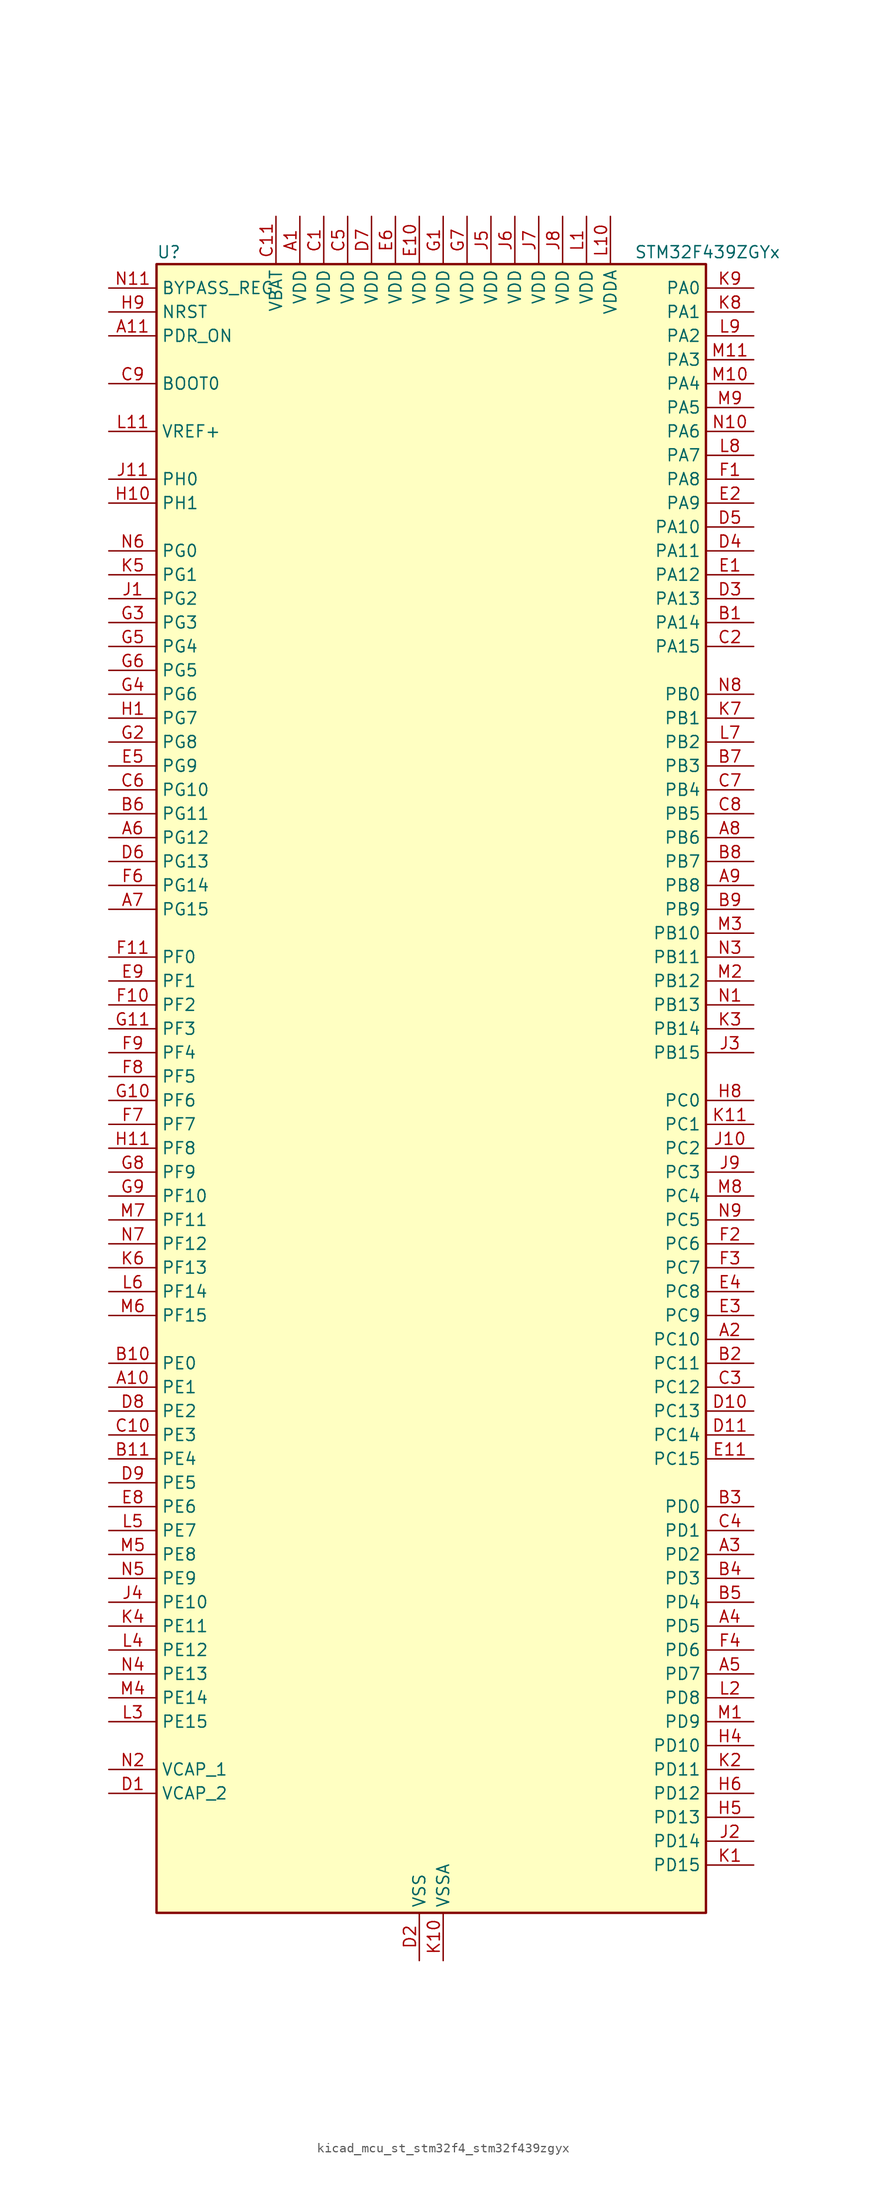
<source format=kicad_sym>
(kicad_symbol_lib
  (version 20220914)
  (generator kicad_symbol_editor)
  (symbol "kicad_mcu_st_stm32f4_stm32f439zgyx"
    (property "Reference" "U"
      (at -27.94 90.17 0)
      (effects (font (size 1.27 1.27)) (justify left)))
    (property "Value" "STM32F439ZGYx"
      (at 22.86 90.17 0)
      (effects (font (size 1.27 1.27)) (justify left)))
    (property "ki_locked" ""
      (at 0 0 0)
      (effects (font (size 1.27 1.27))))
    (symbol "kicad_mcu_st_stm32f4_stm32f439zgyx_0_1"
      (rectangle (start -27.94 -86.36) (end 30.48 88.9) (stroke (width 0.254) (type default)) (fill (type background))))
    (symbol "kicad_mcu_st_stm32f4_stm32f439zgyx_1_1"
      (pin power_in line (at -12.7 93.98 270) (length 5.08) (name "VDD" (effects (font (size 1.27 1.27)))) (number "A1" (effects (font (size 1.27 1.27)))))
      (pin bidirectional line (at -33.02 -30.48 0) (length 5.08) (name "PE1" (effects (font (size 1.27 1.27)))) (number "A10" (effects (font (size 1.27 1.27)))) (alternate "DCMI_D3" bidirectional line) (alternate "FMC_NBL1" bidirectional line) (alternate "UART8_TX" bidirectional line))
      (pin input line (at -33.02 81.28 0) (length 5.08) (name "PDR_ON" (effects (font (size 1.27 1.27)))) (number "A11" (effects (font (size 1.27 1.27)))))
      (pin bidirectional line (at 35.56 -25.4 180) (length 5.08) (name "PC10" (effects (font (size 1.27 1.27)))) (number "A2" (effects (font (size 1.27 1.27)))) (alternate "DCMI_D8" bidirectional line) (alternate "I2S3_CK" bidirectional line) (alternate "LTDC_R2" bidirectional line) (alternate "SDIO_D2" bidirectional line) (alternate "SPI3_SCK" bidirectional line) (alternate "UART4_TX" bidirectional line) (alternate "USART3_TX" bidirectional line))
      (pin bidirectional line (at 35.56 -48.26 180) (length 5.08) (name "PD2" (effects (font (size 1.27 1.27)))) (number "A3" (effects (font (size 1.27 1.27)))) (alternate "DCMI_D11" bidirectional line) (alternate "SDIO_CMD" bidirectional line) (alternate "TIM3_ETR" bidirectional line) (alternate "UART5_RX" bidirectional line))
      (pin bidirectional line (at 35.56 -55.88 180) (length 5.08) (name "PD5" (effects (font (size 1.27 1.27)))) (number "A4" (effects (font (size 1.27 1.27)))) (alternate "FMC_NWE" bidirectional line) (alternate "USART2_TX" bidirectional line))
      (pin bidirectional line (at 35.56 -60.96 180) (length 5.08) (name "PD7" (effects (font (size 1.27 1.27)))) (number "A5" (effects (font (size 1.27 1.27)))) (alternate "FMC_NCE2" bidirectional line) (alternate "FMC_NE1" bidirectional line) (alternate "USART2_CK" bidirectional line))
      (pin bidirectional line (at -33.02 27.94 0) (length 5.08) (name "PG12" (effects (font (size 1.27 1.27)))) (number "A6" (effects (font (size 1.27 1.27)))) (alternate "FMC_NE4" bidirectional line) (alternate "LTDC_B1" bidirectional line) (alternate "LTDC_B4" bidirectional line) (alternate "SPI6_MISO" bidirectional line) (alternate "USART6_RTS" bidirectional line))
      (pin bidirectional line (at -33.02 20.32 0) (length 5.08) (name "PG15" (effects (font (size 1.27 1.27)))) (number "A7" (effects (font (size 1.27 1.27)))) (alternate "ADC1_EXTI15" bidirectional line) (alternate "ADC2_EXTI15" bidirectional line) (alternate "ADC3_EXTI15" bidirectional line) (alternate "DCMI_D13" bidirectional line) (alternate "FMC_SDNCAS" bidirectional line) (alternate "USART6_CTS" bidirectional line))
      (pin bidirectional line (at 35.56 27.94 180) (length 5.08) (name "PB6" (effects (font (size 1.27 1.27)))) (number "A8" (effects (font (size 1.27 1.27)))) (alternate "CAN2_TX" bidirectional line) (alternate "DCMI_D5" bidirectional line) (alternate "FMC_SDNE1" bidirectional line) (alternate "I2C1_SCL" bidirectional line) (alternate "TIM4_CH1" bidirectional line) (alternate "USART1_TX" bidirectional line))
      (pin bidirectional line (at 35.56 22.86 180) (length 5.08) (name "PB8" (effects (font (size 1.27 1.27)))) (number "A9" (effects (font (size 1.27 1.27)))) (alternate "CAN1_RX" bidirectional line) (alternate "DCMI_D6" bidirectional line) (alternate "ETH_TXD3" bidirectional line) (alternate "I2C1_SCL" bidirectional line) (alternate "LTDC_B6" bidirectional line) (alternate "SDIO_D4" bidirectional line) (alternate "TIM10_CH1" bidirectional line) (alternate "TIM4_CH3" bidirectional line))
      (pin bidirectional line (at 35.56 50.8 180) (length 5.08) (name "PA14" (effects (font (size 1.27 1.27)))) (number "B1" (effects (font (size 1.27 1.27)))) (alternate "SYS_JTCK-SWCLK" bidirectional line))
      (pin bidirectional line (at -33.02 -27.94 0) (length 5.08) (name "PE0" (effects (font (size 1.27 1.27)))) (number "B10" (effects (font (size 1.27 1.27)))) (alternate "DCMI_D2" bidirectional line) (alternate "FMC_NBL0" bidirectional line) (alternate "TIM4_ETR" bidirectional line) (alternate "UART8_RX" bidirectional line))
      (pin bidirectional line (at -33.02 -38.1 0) (length 5.08) (name "PE4" (effects (font (size 1.27 1.27)))) (number "B11" (effects (font (size 1.27 1.27)))) (alternate "DCMI_D4" bidirectional line) (alternate "FMC_A20" bidirectional line) (alternate "LTDC_B0" bidirectional line) (alternate "SAI1_FS_A" bidirectional line) (alternate "SPI4_NSS" bidirectional line) (alternate "SYS_TRACED1" bidirectional line))
      (pin bidirectional line (at 35.56 -27.94 180) (length 5.08) (name "PC11" (effects (font (size 1.27 1.27)))) (number "B2" (effects (font (size 1.27 1.27)))) (alternate "ADC1_EXTI11" bidirectional line) (alternate "ADC2_EXTI11" bidirectional line) (alternate "ADC3_EXTI11" bidirectional line) (alternate "DCMI_D4" bidirectional line) (alternate "I2S3_ext_SD" bidirectional line) (alternate "SDIO_D3" bidirectional line) (alternate "SPI3_MISO" bidirectional line) (alternate "UART4_RX" bidirectional line) (alternate "USART3_RX" bidirectional line))
      (pin bidirectional line (at 35.56 -43.18 180) (length 5.08) (name "PD0" (effects (font (size 1.27 1.27)))) (number "B3" (effects (font (size 1.27 1.27)))) (alternate "CAN1_RX" bidirectional line) (alternate "FMC_D2" bidirectional line) (alternate "FMC_DA2" bidirectional line))
      (pin bidirectional line (at 35.56 -50.8 180) (length 5.08) (name "PD3" (effects (font (size 1.27 1.27)))) (number "B4" (effects (font (size 1.27 1.27)))) (alternate "DCMI_D5" bidirectional line) (alternate "FMC_CLK" bidirectional line) (alternate "I2S2_CK" bidirectional line) (alternate "LTDC_G7" bidirectional line) (alternate "SPI2_SCK" bidirectional line) (alternate "USART2_CTS" bidirectional line))
      (pin bidirectional line (at 35.56 -53.34 180) (length 5.08) (name "PD4" (effects (font (size 1.27 1.27)))) (number "B5" (effects (font (size 1.27 1.27)))) (alternate "FMC_NOE" bidirectional line) (alternate "USART2_RTS" bidirectional line))
      (pin bidirectional line (at -33.02 30.48 0) (length 5.08) (name "PG11" (effects (font (size 1.27 1.27)))) (number "B6" (effects (font (size 1.27 1.27)))) (alternate "ADC1_EXTI11" bidirectional line) (alternate "ADC2_EXTI11" bidirectional line) (alternate "ADC3_EXTI11" bidirectional line) (alternate "DCMI_D3" bidirectional line) (alternate "ETH_TX_EN" bidirectional line) (alternate "FMC_NCE4_2" bidirectional line) (alternate "LTDC_B3" bidirectional line))
      (pin bidirectional line (at 35.56 35.56 180) (length 5.08) (name "PB3" (effects (font (size 1.27 1.27)))) (number "B7" (effects (font (size 1.27 1.27)))) (alternate "I2S3_CK" bidirectional line) (alternate "SPI1_SCK" bidirectional line) (alternate "SPI3_SCK" bidirectional line) (alternate "SYS_JTDO-SWO" bidirectional line) (alternate "TIM2_CH2" bidirectional line))
      (pin bidirectional line (at 35.56 25.4 180) (length 5.08) (name "PB7" (effects (font (size 1.27 1.27)))) (number "B8" (effects (font (size 1.27 1.27)))) (alternate "DCMI_VSYNC" bidirectional line) (alternate "FMC_NL" bidirectional line) (alternate "I2C1_SDA" bidirectional line) (alternate "TIM4_CH2" bidirectional line) (alternate "USART1_RX" bidirectional line))
      (pin bidirectional line (at 35.56 20.32 180) (length 5.08) (name "PB9" (effects (font (size 1.27 1.27)))) (number "B9" (effects (font (size 1.27 1.27)))) (alternate "CAN1_TX" bidirectional line) (alternate "DAC_EXTI9" bidirectional line) (alternate "DCMI_D7" bidirectional line) (alternate "I2C1_SDA" bidirectional line) (alternate "I2S2_WS" bidirectional line) (alternate "LTDC_B7" bidirectional line) (alternate "SDIO_D5" bidirectional line) (alternate "SPI2_NSS" bidirectional line) (alternate "TIM11_CH1" bidirectional line) (alternate "TIM4_CH4" bidirectional line))
      (pin power_in line (at -10.16 93.98 270) (length 5.08) (name "VDD" (effects (font (size 1.27 1.27)))) (number "C1" (effects (font (size 1.27 1.27)))))
      (pin bidirectional line (at -33.02 -35.56 0) (length 5.08) (name "PE3" (effects (font (size 1.27 1.27)))) (number "C10" (effects (font (size 1.27 1.27)))) (alternate "FMC_A19" bidirectional line) (alternate "SAI1_SD_B" bidirectional line) (alternate "SYS_TRACED0" bidirectional line))
      (pin power_in line (at -15.24 93.98 270) (length 5.08) (name "VBAT" (effects (font (size 1.27 1.27)))) (number "C11" (effects (font (size 1.27 1.27)))))
      (pin bidirectional line (at 35.56 48.26 180) (length 5.08) (name "PA15" (effects (font (size 1.27 1.27)))) (number "C2" (effects (font (size 1.27 1.27)))) (alternate "ADC1_EXTI15" bidirectional line) (alternate "ADC2_EXTI15" bidirectional line) (alternate "ADC3_EXTI15" bidirectional line) (alternate "I2S3_WS" bidirectional line) (alternate "SPI1_NSS" bidirectional line) (alternate "SPI3_NSS" bidirectional line) (alternate "SYS_JTDI" bidirectional line) (alternate "TIM2_CH1" bidirectional line) (alternate "TIM2_ETR" bidirectional line))
      (pin bidirectional line (at 35.56 -30.48 180) (length 5.08) (name "PC12" (effects (font (size 1.27 1.27)))) (number "C3" (effects (font (size 1.27 1.27)))) (alternate "DCMI_D9" bidirectional line) (alternate "I2S3_SD" bidirectional line) (alternate "SDIO_CK" bidirectional line) (alternate "SPI3_MOSI" bidirectional line) (alternate "UART5_TX" bidirectional line) (alternate "USART3_CK" bidirectional line))
      (pin bidirectional line (at 35.56 -45.72 180) (length 5.08) (name "PD1" (effects (font (size 1.27 1.27)))) (number "C4" (effects (font (size 1.27 1.27)))) (alternate "CAN1_TX" bidirectional line) (alternate "FMC_D3" bidirectional line) (alternate "FMC_DA3" bidirectional line))
      (pin power_in line (at -7.62 93.98 270) (length 5.08) (name "VDD" (effects (font (size 1.27 1.27)))) (number "C5" (effects (font (size 1.27 1.27)))))
      (pin bidirectional line (at -33.02 33.02 0) (length 5.08) (name "PG10" (effects (font (size 1.27 1.27)))) (number "C6" (effects (font (size 1.27 1.27)))) (alternate "DCMI_D2" bidirectional line) (alternate "FMC_NCE4_1" bidirectional line) (alternate "FMC_NE3" bidirectional line) (alternate "LTDC_B2" bidirectional line) (alternate "LTDC_G3" bidirectional line))
      (pin bidirectional line (at 35.56 33.02 180) (length 5.08) (name "PB4" (effects (font (size 1.27 1.27)))) (number "C7" (effects (font (size 1.27 1.27)))) (alternate "I2S3_ext_SD" bidirectional line) (alternate "SPI1_MISO" bidirectional line) (alternate "SPI3_MISO" bidirectional line) (alternate "SYS_JTRST" bidirectional line) (alternate "TIM3_CH1" bidirectional line))
      (pin bidirectional line (at 35.56 30.48 180) (length 5.08) (name "PB5" (effects (font (size 1.27 1.27)))) (number "C8" (effects (font (size 1.27 1.27)))) (alternate "CAN2_RX" bidirectional line) (alternate "DCMI_D10" bidirectional line) (alternate "ETH_PPS_OUT" bidirectional line) (alternate "FMC_SDCKE1" bidirectional line) (alternate "I2C1_SMBA" bidirectional line) (alternate "I2S3_SD" bidirectional line) (alternate "SPI1_MOSI" bidirectional line) (alternate "SPI3_MOSI" bidirectional line) (alternate "TIM3_CH2" bidirectional line) (alternate "USB_OTG_HS_ULPI_D7" bidirectional line))
      (pin input line (at -33.02 76.2 0) (length 5.08) (name "BOOT0" (effects (font (size 1.27 1.27)))) (number "C9" (effects (font (size 1.27 1.27)))))
      (pin power_out line (at -33.02 -73.66 0) (length 5.08) (name "VCAP_2" (effects (font (size 1.27 1.27)))) (number "D1" (effects (font (size 1.27 1.27)))))
      (pin bidirectional line (at 35.56 -33.02 180) (length 5.08) (name "PC13" (effects (font (size 1.27 1.27)))) (number "D10" (effects (font (size 1.27 1.27)))) (alternate "RTC_AF1" bidirectional line))
      (pin bidirectional line (at 35.56 -35.56 180) (length 5.08) (name "PC14" (effects (font (size 1.27 1.27)))) (number "D11" (effects (font (size 1.27 1.27)))) (alternate "RCC_OSC32_IN" bidirectional line))
      (pin power_in line (at 0 -91.44 90) (length 5.08) (name "VSS" (effects (font (size 1.27 1.27)))) (number "D2" (effects (font (size 1.27 1.27)))))
      (pin bidirectional line (at 35.56 53.34 180) (length 5.08) (name "PA13" (effects (font (size 1.27 1.27)))) (number "D3" (effects (font (size 1.27 1.27)))) (alternate "SYS_JTMS-SWDIO" bidirectional line))
      (pin bidirectional line (at 35.56 58.42 180) (length 5.08) (name "PA11" (effects (font (size 1.27 1.27)))) (number "D4" (effects (font (size 1.27 1.27)))) (alternate "ADC1_EXTI11" bidirectional line) (alternate "ADC2_EXTI11" bidirectional line) (alternate "ADC3_EXTI11" bidirectional line) (alternate "CAN1_RX" bidirectional line) (alternate "LTDC_R4" bidirectional line) (alternate "TIM1_CH4" bidirectional line) (alternate "USART1_CTS" bidirectional line) (alternate "USB_OTG_FS_DM" bidirectional line))
      (pin bidirectional line (at 35.56 60.96 180) (length 5.08) (name "PA10" (effects (font (size 1.27 1.27)))) (number "D5" (effects (font (size 1.27 1.27)))) (alternate "DCMI_D1" bidirectional line) (alternate "TIM1_CH3" bidirectional line) (alternate "USART1_RX" bidirectional line) (alternate "USB_OTG_FS_ID" bidirectional line))
      (pin bidirectional line (at -33.02 25.4 0) (length 5.08) (name "PG13" (effects (font (size 1.27 1.27)))) (number "D6" (effects (font (size 1.27 1.27)))) (alternate "ETH_TXD0" bidirectional line) (alternate "FMC_A24" bidirectional line) (alternate "SPI6_SCK" bidirectional line) (alternate "USART6_CTS" bidirectional line))
      (pin power_in line (at -5.08 93.98 270) (length 5.08) (name "VDD" (effects (font (size 1.27 1.27)))) (number "D7" (effects (font (size 1.27 1.27)))))
      (pin bidirectional line (at -33.02 -33.02 0) (length 5.08) (name "PE2" (effects (font (size 1.27 1.27)))) (number "D8" (effects (font (size 1.27 1.27)))) (alternate "ETH_TXD3" bidirectional line) (alternate "FMC_A23" bidirectional line) (alternate "SAI1_MCLK_A" bidirectional line) (alternate "SPI4_SCK" bidirectional line) (alternate "SYS_TRACECLK" bidirectional line))
      (pin bidirectional line (at -33.02 -40.64 0) (length 5.08) (name "PE5" (effects (font (size 1.27 1.27)))) (number "D9" (effects (font (size 1.27 1.27)))) (alternate "DCMI_D6" bidirectional line) (alternate "FMC_A21" bidirectional line) (alternate "LTDC_G0" bidirectional line) (alternate "SAI1_SCK_A" bidirectional line) (alternate "SPI4_MISO" bidirectional line) (alternate "SYS_TRACED2" bidirectional line) (alternate "TIM9_CH1" bidirectional line))
      (pin bidirectional line (at 35.56 55.88 180) (length 5.08) (name "PA12" (effects (font (size 1.27 1.27)))) (number "E1" (effects (font (size 1.27 1.27)))) (alternate "CAN1_TX" bidirectional line) (alternate "LTDC_R5" bidirectional line) (alternate "TIM1_ETR" bidirectional line) (alternate "USART1_RTS" bidirectional line) (alternate "USB_OTG_FS_DP" bidirectional line))
      (pin power_in line (at 0 93.98 270) (length 5.08) (name "VDD" (effects (font (size 1.27 1.27)))) (number "E10" (effects (font (size 1.27 1.27)))))
      (pin bidirectional line (at 35.56 -38.1 180) (length 5.08) (name "PC15" (effects (font (size 1.27 1.27)))) (number "E11" (effects (font (size 1.27 1.27)))) (alternate "ADC1_EXTI15" bidirectional line) (alternate "ADC2_EXTI15" bidirectional line) (alternate "ADC3_EXTI15" bidirectional line) (alternate "RCC_OSC32_OUT" bidirectional line))
      (pin bidirectional line (at 35.56 63.5 180) (length 5.08) (name "PA9" (effects (font (size 1.27 1.27)))) (number "E2" (effects (font (size 1.27 1.27)))) (alternate "DAC_EXTI9" bidirectional line) (alternate "DCMI_D0" bidirectional line) (alternate "I2C3_SMBA" bidirectional line) (alternate "TIM1_CH2" bidirectional line) (alternate "USART1_TX" bidirectional line) (alternate "USB_OTG_FS_VBUS" bidirectional line))
      (pin bidirectional line (at 35.56 -22.86 180) (length 5.08) (name "PC9" (effects (font (size 1.27 1.27)))) (number "E3" (effects (font (size 1.27 1.27)))) (alternate "DAC_EXTI9" bidirectional line) (alternate "DCMI_D3" bidirectional line) (alternate "I2C3_SDA" bidirectional line) (alternate "I2S_CKIN" bidirectional line) (alternate "RCC_MCO_2" bidirectional line) (alternate "SDIO_D1" bidirectional line) (alternate "TIM3_CH4" bidirectional line) (alternate "TIM8_CH4" bidirectional line))
      (pin bidirectional line (at 35.56 -20.32 180) (length 5.08) (name "PC8" (effects (font (size 1.27 1.27)))) (number "E4" (effects (font (size 1.27 1.27)))) (alternate "DCMI_D2" bidirectional line) (alternate "SDIO_D0" bidirectional line) (alternate "TIM3_CH3" bidirectional line) (alternate "TIM8_CH3" bidirectional line) (alternate "USART6_CK" bidirectional line))
      (pin bidirectional line (at -33.02 35.56 0) (length 5.08) (name "PG9" (effects (font (size 1.27 1.27)))) (number "E5" (effects (font (size 1.27 1.27)))) (alternate "DAC_EXTI9" bidirectional line) (alternate "DCMI_VSYNC" bidirectional line) (alternate "FMC_NCE3" bidirectional line) (alternate "FMC_NE2" bidirectional line) (alternate "USART6_RX" bidirectional line))
      (pin power_in line (at -2.54 93.98 270) (length 5.08) (name "VDD" (effects (font (size 1.27 1.27)))) (number "E6" (effects (font (size 1.27 1.27)))))
      (pin passive line (at 0 -91.44 90) (length 5.08) hide (name "VSS" (effects (font (size 1.27 1.27)))) (number "E7" (effects (font (size 1.27 1.27)))))
      (pin bidirectional line (at -33.02 -43.18 0) (length 5.08) (name "PE6" (effects (font (size 1.27 1.27)))) (number "E8" (effects (font (size 1.27 1.27)))) (alternate "DCMI_D7" bidirectional line) (alternate "FMC_A22" bidirectional line) (alternate "LTDC_G1" bidirectional line) (alternate "SAI1_SD_A" bidirectional line) (alternate "SPI4_MOSI" bidirectional line) (alternate "SYS_TRACED3" bidirectional line) (alternate "TIM9_CH2" bidirectional line))
      (pin bidirectional line (at -33.02 12.7 0) (length 5.08) (name "PF1" (effects (font (size 1.27 1.27)))) (number "E9" (effects (font (size 1.27 1.27)))) (alternate "FMC_A1" bidirectional line) (alternate "I2C2_SCL" bidirectional line))
      (pin bidirectional line (at 35.56 66.04 180) (length 5.08) (name "PA8" (effects (font (size 1.27 1.27)))) (number "F1" (effects (font (size 1.27 1.27)))) (alternate "I2C3_SCL" bidirectional line) (alternate "LTDC_R6" bidirectional line) (alternate "RCC_MCO_1" bidirectional line) (alternate "TIM1_CH1" bidirectional line) (alternate "USART1_CK" bidirectional line) (alternate "USB_OTG_FS_SOF" bidirectional line))
      (pin bidirectional line (at -33.02 10.16 0) (length 5.08) (name "PF2" (effects (font (size 1.27 1.27)))) (number "F10" (effects (font (size 1.27 1.27)))) (alternate "FMC_A2" bidirectional line) (alternate "I2C2_SMBA" bidirectional line))
      (pin bidirectional line (at -33.02 15.24 0) (length 5.08) (name "PF0" (effects (font (size 1.27 1.27)))) (number "F11" (effects (font (size 1.27 1.27)))) (alternate "FMC_A0" bidirectional line) (alternate "I2C2_SDA" bidirectional line))
      (pin bidirectional line (at 35.56 -15.24 180) (length 5.08) (name "PC6" (effects (font (size 1.27 1.27)))) (number "F2" (effects (font (size 1.27 1.27)))) (alternate "DCMI_D0" bidirectional line) (alternate "I2S2_MCK" bidirectional line) (alternate "LTDC_HSYNC" bidirectional line) (alternate "SDIO_D6" bidirectional line) (alternate "TIM3_CH1" bidirectional line) (alternate "TIM8_CH1" bidirectional line) (alternate "USART6_TX" bidirectional line))
      (pin bidirectional line (at 35.56 -17.78 180) (length 5.08) (name "PC7" (effects (font (size 1.27 1.27)))) (number "F3" (effects (font (size 1.27 1.27)))) (alternate "DCMI_D1" bidirectional line) (alternate "I2S3_MCK" bidirectional line) (alternate "LTDC_G6" bidirectional line) (alternate "SDIO_D7" bidirectional line) (alternate "TIM3_CH2" bidirectional line) (alternate "TIM8_CH2" bidirectional line) (alternate "USART6_RX" bidirectional line))
      (pin bidirectional line (at 35.56 -58.42 180) (length 5.08) (name "PD6" (effects (font (size 1.27 1.27)))) (number "F4" (effects (font (size 1.27 1.27)))) (alternate "DCMI_D10" bidirectional line) (alternate "FMC_NWAIT" bidirectional line) (alternate "I2S3_SD" bidirectional line) (alternate "LTDC_B2" bidirectional line) (alternate "SAI1_SD_A" bidirectional line) (alternate "SPI3_MOSI" bidirectional line) (alternate "USART2_RX" bidirectional line))
      (pin passive line (at 0 -91.44 90) (length 5.08) hide (name "VSS" (effects (font (size 1.27 1.27)))) (number "F5" (effects (font (size 1.27 1.27)))))
      (pin bidirectional line (at -33.02 22.86 0) (length 5.08) (name "PG14" (effects (font (size 1.27 1.27)))) (number "F6" (effects (font (size 1.27 1.27)))) (alternate "ETH_TXD1" bidirectional line) (alternate "FMC_A25" bidirectional line) (alternate "SPI6_MOSI" bidirectional line) (alternate "USART6_TX" bidirectional line))
      (pin bidirectional line (at -33.02 -2.54 0) (length 5.08) (name "PF7" (effects (font (size 1.27 1.27)))) (number "F7" (effects (font (size 1.27 1.27)))) (alternate "ADC3_IN5" bidirectional line) (alternate "FMC_NREG" bidirectional line) (alternate "SAI1_MCLK_B" bidirectional line) (alternate "SPI5_SCK" bidirectional line) (alternate "TIM11_CH1" bidirectional line) (alternate "UART7_TX" bidirectional line))
      (pin bidirectional line (at -33.02 2.54 0) (length 5.08) (name "PF5" (effects (font (size 1.27 1.27)))) (number "F8" (effects (font (size 1.27 1.27)))) (alternate "ADC3_IN15" bidirectional line) (alternate "FMC_A5" bidirectional line))
      (pin bidirectional line (at -33.02 5.08 0) (length 5.08) (name "PF4" (effects (font (size 1.27 1.27)))) (number "F9" (effects (font (size 1.27 1.27)))) (alternate "ADC3_IN14" bidirectional line) (alternate "FMC_A4" bidirectional line))
      (pin power_in line (at 2.54 93.98 270) (length 5.08) (name "VDD" (effects (font (size 1.27 1.27)))) (number "G1" (effects (font (size 1.27 1.27)))))
      (pin bidirectional line (at -33.02 0 0) (length 5.08) (name "PF6" (effects (font (size 1.27 1.27)))) (number "G10" (effects (font (size 1.27 1.27)))) (alternate "ADC3_IN4" bidirectional line) (alternate "FMC_NIORD" bidirectional line) (alternate "SAI1_SD_B" bidirectional line) (alternate "SPI5_NSS" bidirectional line) (alternate "TIM10_CH1" bidirectional line) (alternate "UART7_RX" bidirectional line))
      (pin bidirectional line (at -33.02 7.62 0) (length 5.08) (name "PF3" (effects (font (size 1.27 1.27)))) (number "G11" (effects (font (size 1.27 1.27)))) (alternate "ADC3_IN9" bidirectional line) (alternate "FMC_A3" bidirectional line))
      (pin bidirectional line (at -33.02 38.1 0) (length 5.08) (name "PG8" (effects (font (size 1.27 1.27)))) (number "G2" (effects (font (size 1.27 1.27)))) (alternate "ETH_PPS_OUT" bidirectional line) (alternate "FMC_SDCLK" bidirectional line) (alternate "SPI6_NSS" bidirectional line) (alternate "USART6_RTS" bidirectional line))
      (pin bidirectional line (at -33.02 50.8 0) (length 5.08) (name "PG3" (effects (font (size 1.27 1.27)))) (number "G3" (effects (font (size 1.27 1.27)))) (alternate "FMC_A13" bidirectional line))
      (pin bidirectional line (at -33.02 43.18 0) (length 5.08) (name "PG6" (effects (font (size 1.27 1.27)))) (number "G4" (effects (font (size 1.27 1.27)))) (alternate "DCMI_D12" bidirectional line) (alternate "FMC_INT2" bidirectional line) (alternate "LTDC_R7" bidirectional line))
      (pin bidirectional line (at -33.02 48.26 0) (length 5.08) (name "PG4" (effects (font (size 1.27 1.27)))) (number "G5" (effects (font (size 1.27 1.27)))) (alternate "FMC_A14" bidirectional line) (alternate "FMC_BA0" bidirectional line))
      (pin bidirectional line (at -33.02 45.72 0) (length 5.08) (name "PG5" (effects (font (size 1.27 1.27)))) (number "G6" (effects (font (size 1.27 1.27)))) (alternate "FMC_A15" bidirectional line) (alternate "FMC_BA1" bidirectional line))
      (pin power_in line (at 5.08 93.98 270) (length 5.08) (name "VDD" (effects (font (size 1.27 1.27)))) (number "G7" (effects (font (size 1.27 1.27)))))
      (pin bidirectional line (at -33.02 -7.62 0) (length 5.08) (name "PF9" (effects (font (size 1.27 1.27)))) (number "G8" (effects (font (size 1.27 1.27)))) (alternate "ADC3_IN7" bidirectional line) (alternate "DAC_EXTI9" bidirectional line) (alternate "FMC_CD" bidirectional line) (alternate "SAI1_FS_B" bidirectional line) (alternate "SPI5_MOSI" bidirectional line) (alternate "TIM14_CH1" bidirectional line))
      (pin bidirectional line (at -33.02 -10.16 0) (length 5.08) (name "PF10" (effects (font (size 1.27 1.27)))) (number "G9" (effects (font (size 1.27 1.27)))) (alternate "ADC3_IN8" bidirectional line) (alternate "DCMI_D11" bidirectional line) (alternate "FMC_INTR" bidirectional line) (alternate "LTDC_DE" bidirectional line))
      (pin bidirectional line (at -33.02 40.64 0) (length 5.08) (name "PG7" (effects (font (size 1.27 1.27)))) (number "H1" (effects (font (size 1.27 1.27)))) (alternate "DCMI_D13" bidirectional line) (alternate "FMC_INT3" bidirectional line) (alternate "LTDC_CLK" bidirectional line) (alternate "USART6_CK" bidirectional line))
      (pin bidirectional line (at -33.02 63.5 0) (length 5.08) (name "PH1" (effects (font (size 1.27 1.27)))) (number "H10" (effects (font (size 1.27 1.27)))) (alternate "RCC_OSC_OUT" bidirectional line))
      (pin bidirectional line (at -33.02 -5.08 0) (length 5.08) (name "PF8" (effects (font (size 1.27 1.27)))) (number "H11" (effects (font (size 1.27 1.27)))) (alternate "ADC3_IN6" bidirectional line) (alternate "FMC_NIOWR" bidirectional line) (alternate "SAI1_SCK_B" bidirectional line) (alternate "SPI5_MISO" bidirectional line) (alternate "TIM13_CH1" bidirectional line))
      (pin passive line (at 0 -91.44 90) (length 5.08) hide (name "VSS" (effects (font (size 1.27 1.27)))) (number "H2" (effects (font (size 1.27 1.27)))))
      (pin passive line (at 0 -91.44 90) (length 5.08) hide (name "VSS" (effects (font (size 1.27 1.27)))) (number "H3" (effects (font (size 1.27 1.27)))))
      (pin bidirectional line (at 35.56 -68.58 180) (length 5.08) (name "PD10" (effects (font (size 1.27 1.27)))) (number "H4" (effects (font (size 1.27 1.27)))) (alternate "FMC_D15" bidirectional line) (alternate "FMC_DA15" bidirectional line) (alternate "LTDC_B3" bidirectional line) (alternate "USART3_CK" bidirectional line))
      (pin bidirectional line (at 35.56 -76.2 180) (length 5.08) (name "PD13" (effects (font (size 1.27 1.27)))) (number "H5" (effects (font (size 1.27 1.27)))) (alternate "FMC_A18" bidirectional line) (alternate "TIM4_CH2" bidirectional line))
      (pin bidirectional line (at 35.56 -73.66 180) (length 5.08) (name "PD12" (effects (font (size 1.27 1.27)))) (number "H6" (effects (font (size 1.27 1.27)))) (alternate "FMC_A17" bidirectional line) (alternate "FMC_ALE" bidirectional line) (alternate "TIM4_CH1" bidirectional line) (alternate "USART3_RTS" bidirectional line))
      (pin passive line (at 0 -91.44 90) (length 5.08) hide (name "VSS" (effects (font (size 1.27 1.27)))) (number "H7" (effects (font (size 1.27 1.27)))))
      (pin bidirectional line (at 35.56 0 180) (length 5.08) (name "PC0" (effects (font (size 1.27 1.27)))) (number "H8" (effects (font (size 1.27 1.27)))) (alternate "ADC1_IN10" bidirectional line) (alternate "ADC2_IN10" bidirectional line) (alternate "ADC3_IN10" bidirectional line) (alternate "FMC_SDNWE" bidirectional line) (alternate "USB_OTG_HS_ULPI_STP" bidirectional line))
      (pin input line (at -33.02 83.82 0) (length 5.08) (name "NRST" (effects (font (size 1.27 1.27)))) (number "H9" (effects (font (size 1.27 1.27)))))
      (pin bidirectional line (at -33.02 53.34 0) (length 5.08) (name "PG2" (effects (font (size 1.27 1.27)))) (number "J1" (effects (font (size 1.27 1.27)))) (alternate "FMC_A12" bidirectional line))
      (pin bidirectional line (at 35.56 -5.08 180) (length 5.08) (name "PC2" (effects (font (size 1.27 1.27)))) (number "J10" (effects (font (size 1.27 1.27)))) (alternate "ADC1_IN12" bidirectional line) (alternate "ADC2_IN12" bidirectional line) (alternate "ADC3_IN12" bidirectional line) (alternate "ETH_TXD2" bidirectional line) (alternate "FMC_SDNE0" bidirectional line) (alternate "I2S2_ext_SD" bidirectional line) (alternate "SPI2_MISO" bidirectional line) (alternate "USB_OTG_HS_ULPI_DIR" bidirectional line))
      (pin bidirectional line (at -33.02 66.04 0) (length 5.08) (name "PH0" (effects (font (size 1.27 1.27)))) (number "J11" (effects (font (size 1.27 1.27)))) (alternate "RCC_OSC_IN" bidirectional line))
      (pin bidirectional line (at 35.56 -78.74 180) (length 5.08) (name "PD14" (effects (font (size 1.27 1.27)))) (number "J2" (effects (font (size 1.27 1.27)))) (alternate "FMC_D0" bidirectional line) (alternate "FMC_DA0" bidirectional line) (alternate "TIM4_CH3" bidirectional line))
      (pin bidirectional line (at 35.56 5.08 180) (length 5.08) (name "PB15" (effects (font (size 1.27 1.27)))) (number "J3" (effects (font (size 1.27 1.27)))) (alternate "ADC1_EXTI15" bidirectional line) (alternate "ADC2_EXTI15" bidirectional line) (alternate "ADC3_EXTI15" bidirectional line) (alternate "I2S2_SD" bidirectional line) (alternate "RTC_REFIN" bidirectional line) (alternate "SPI2_MOSI" bidirectional line) (alternate "TIM12_CH2" bidirectional line) (alternate "TIM1_CH3N" bidirectional line) (alternate "TIM8_CH3N" bidirectional line) (alternate "USB_OTG_HS_DP" bidirectional line))
      (pin bidirectional line (at -33.02 -53.34 0) (length 5.08) (name "PE10" (effects (font (size 1.27 1.27)))) (number "J4" (effects (font (size 1.27 1.27)))) (alternate "FMC_D7" bidirectional line) (alternate "FMC_DA7" bidirectional line) (alternate "TIM1_CH2N" bidirectional line))
      (pin power_in line (at 7.62 93.98 270) (length 5.08) (name "VDD" (effects (font (size 1.27 1.27)))) (number "J5" (effects (font (size 1.27 1.27)))))
      (pin power_in line (at 10.16 93.98 270) (length 5.08) (name "VDD" (effects (font (size 1.27 1.27)))) (number "J6" (effects (font (size 1.27 1.27)))))
      (pin power_in line (at 12.7 93.98 270) (length 5.08) (name "VDD" (effects (font (size 1.27 1.27)))) (number "J7" (effects (font (size 1.27 1.27)))))
      (pin power_in line (at 15.24 93.98 270) (length 5.08) (name "VDD" (effects (font (size 1.27 1.27)))) (number "J8" (effects (font (size 1.27 1.27)))))
      (pin bidirectional line (at 35.56 -7.62 180) (length 5.08) (name "PC3" (effects (font (size 1.27 1.27)))) (number "J9" (effects (font (size 1.27 1.27)))) (alternate "ADC1_IN13" bidirectional line) (alternate "ADC2_IN13" bidirectional line) (alternate "ADC3_IN13" bidirectional line) (alternate "ETH_TX_CLK" bidirectional line) (alternate "FMC_SDCKE0" bidirectional line) (alternate "I2S2_SD" bidirectional line) (alternate "SPI2_MOSI" bidirectional line) (alternate "USB_OTG_HS_ULPI_NXT" bidirectional line))
      (pin bidirectional line (at 35.56 -81.28 180) (length 5.08) (name "PD15" (effects (font (size 1.27 1.27)))) (number "K1" (effects (font (size 1.27 1.27)))) (alternate "ADC1_EXTI15" bidirectional line) (alternate "ADC2_EXTI15" bidirectional line) (alternate "ADC3_EXTI15" bidirectional line) (alternate "FMC_D1" bidirectional line) (alternate "FMC_DA1" bidirectional line) (alternate "TIM4_CH4" bidirectional line))
      (pin power_in line (at 2.54 -91.44 90) (length 5.08) (name "VSSA" (effects (font (size 1.27 1.27)))) (number "K10" (effects (font (size 1.27 1.27)))))
      (pin bidirectional line (at 35.56 -2.54 180) (length 5.08) (name "PC1" (effects (font (size 1.27 1.27)))) (number "K11" (effects (font (size 1.27 1.27)))) (alternate "ADC1_IN11" bidirectional line) (alternate "ADC2_IN11" bidirectional line) (alternate "ADC3_IN11" bidirectional line) (alternate "ETH_MDC" bidirectional line))
      (pin bidirectional line (at 35.56 -71.12 180) (length 5.08) (name "PD11" (effects (font (size 1.27 1.27)))) (number "K2" (effects (font (size 1.27 1.27)))) (alternate "ADC1_EXTI11" bidirectional line) (alternate "ADC2_EXTI11" bidirectional line) (alternate "ADC3_EXTI11" bidirectional line) (alternate "FMC_A16" bidirectional line) (alternate "FMC_CLE" bidirectional line) (alternate "USART3_CTS" bidirectional line))
      (pin bidirectional line (at 35.56 7.62 180) (length 5.08) (name "PB14" (effects (font (size 1.27 1.27)))) (number "K3" (effects (font (size 1.27 1.27)))) (alternate "I2S2_ext_SD" bidirectional line) (alternate "SPI2_MISO" bidirectional line) (alternate "TIM12_CH1" bidirectional line) (alternate "TIM1_CH2N" bidirectional line) (alternate "TIM8_CH2N" bidirectional line) (alternate "USART3_RTS" bidirectional line) (alternate "USB_OTG_HS_DM" bidirectional line))
      (pin bidirectional line (at -33.02 -55.88 0) (length 5.08) (name "PE11" (effects (font (size 1.27 1.27)))) (number "K4" (effects (font (size 1.27 1.27)))) (alternate "ADC1_EXTI11" bidirectional line) (alternate "ADC2_EXTI11" bidirectional line) (alternate "ADC3_EXTI11" bidirectional line) (alternate "FMC_D8" bidirectional line) (alternate "FMC_DA8" bidirectional line) (alternate "LTDC_G3" bidirectional line) (alternate "SPI4_NSS" bidirectional line) (alternate "TIM1_CH2" bidirectional line))
      (pin bidirectional line (at -33.02 55.88 0) (length 5.08) (name "PG1" (effects (font (size 1.27 1.27)))) (number "K5" (effects (font (size 1.27 1.27)))) (alternate "FMC_A11" bidirectional line))
      (pin bidirectional line (at -33.02 -17.78 0) (length 5.08) (name "PF13" (effects (font (size 1.27 1.27)))) (number "K6" (effects (font (size 1.27 1.27)))) (alternate "FMC_A7" bidirectional line))
      (pin bidirectional line (at 35.56 40.64 180) (length 5.08) (name "PB1" (effects (font (size 1.27 1.27)))) (number "K7" (effects (font (size 1.27 1.27)))) (alternate "ADC1_IN9" bidirectional line) (alternate "ADC2_IN9" bidirectional line) (alternate "ETH_RXD3" bidirectional line) (alternate "LTDC_R6" bidirectional line) (alternate "TIM1_CH3N" bidirectional line) (alternate "TIM3_CH4" bidirectional line) (alternate "TIM8_CH3N" bidirectional line) (alternate "USB_OTG_HS_ULPI_D2" bidirectional line))
      (pin bidirectional line (at 35.56 83.82 180) (length 5.08) (name "PA1" (effects (font (size 1.27 1.27)))) (number "K8" (effects (font (size 1.27 1.27)))) (alternate "ADC1_IN1" bidirectional line) (alternate "ADC2_IN1" bidirectional line) (alternate "ADC3_IN1" bidirectional line) (alternate "ETH_REF_CLK" bidirectional line) (alternate "ETH_RX_CLK" bidirectional line) (alternate "TIM2_CH2" bidirectional line) (alternate "TIM5_CH2" bidirectional line) (alternate "UART4_RX" bidirectional line) (alternate "USART2_RTS" bidirectional line))
      (pin bidirectional line (at 35.56 86.36 180) (length 5.08) (name "PA0" (effects (font (size 1.27 1.27)))) (number "K9" (effects (font (size 1.27 1.27)))) (alternate "ADC1_IN0" bidirectional line) (alternate "ADC2_IN0" bidirectional line) (alternate "ADC3_IN0" bidirectional line) (alternate "ETH_CRS" bidirectional line) (alternate "SYS_WKUP" bidirectional line) (alternate "TIM2_CH1" bidirectional line) (alternate "TIM2_ETR" bidirectional line) (alternate "TIM5_CH1" bidirectional line) (alternate "TIM8_ETR" bidirectional line) (alternate "UART4_TX" bidirectional line) (alternate "USART2_CTS" bidirectional line))
      (pin power_in line (at 17.78 93.98 270) (length 5.08) (name "VDD" (effects (font (size 1.27 1.27)))) (number "L1" (effects (font (size 1.27 1.27)))))
      (pin power_in line (at 20.32 93.98 270) (length 5.08) (name "VDDA" (effects (font (size 1.27 1.27)))) (number "L10" (effects (font (size 1.27 1.27)))))
      (pin input line (at -33.02 71.12 0) (length 5.08) (name "VREF+" (effects (font (size 1.27 1.27)))) (number "L11" (effects (font (size 1.27 1.27)))))
      (pin bidirectional line (at 35.56 -63.5 180) (length 5.08) (name "PD8" (effects (font (size 1.27 1.27)))) (number "L2" (effects (font (size 1.27 1.27)))) (alternate "FMC_D13" bidirectional line) (alternate "FMC_DA13" bidirectional line) (alternate "USART3_TX" bidirectional line))
      (pin bidirectional line (at -33.02 -66.04 0) (length 5.08) (name "PE15" (effects (font (size 1.27 1.27)))) (number "L3" (effects (font (size 1.27 1.27)))) (alternate "ADC1_EXTI15" bidirectional line) (alternate "ADC2_EXTI15" bidirectional line) (alternate "ADC3_EXTI15" bidirectional line) (alternate "FMC_D12" bidirectional line) (alternate "FMC_DA12" bidirectional line) (alternate "LTDC_R7" bidirectional line) (alternate "TIM1_BKIN" bidirectional line))
      (pin bidirectional line (at -33.02 -58.42 0) (length 5.08) (name "PE12" (effects (font (size 1.27 1.27)))) (number "L4" (effects (font (size 1.27 1.27)))) (alternate "FMC_D9" bidirectional line) (alternate "FMC_DA9" bidirectional line) (alternate "LTDC_B4" bidirectional line) (alternate "SPI4_SCK" bidirectional line) (alternate "TIM1_CH3N" bidirectional line))
      (pin bidirectional line (at -33.02 -45.72 0) (length 5.08) (name "PE7" (effects (font (size 1.27 1.27)))) (number "L5" (effects (font (size 1.27 1.27)))) (alternate "FMC_D4" bidirectional line) (alternate "FMC_DA4" bidirectional line) (alternate "TIM1_ETR" bidirectional line) (alternate "UART7_RX" bidirectional line))
      (pin bidirectional line (at -33.02 -20.32 0) (length 5.08) (name "PF14" (effects (font (size 1.27 1.27)))) (number "L6" (effects (font (size 1.27 1.27)))) (alternate "FMC_A8" bidirectional line))
      (pin bidirectional line (at 35.56 38.1 180) (length 5.08) (name "PB2" (effects (font (size 1.27 1.27)))) (number "L7" (effects (font (size 1.27 1.27)))))
      (pin bidirectional line (at 35.56 68.58 180) (length 5.08) (name "PA7" (effects (font (size 1.27 1.27)))) (number "L8" (effects (font (size 1.27 1.27)))) (alternate "ADC1_IN7" bidirectional line) (alternate "ADC2_IN7" bidirectional line) (alternate "ETH_CRS_DV" bidirectional line) (alternate "ETH_RX_DV" bidirectional line) (alternate "SPI1_MOSI" bidirectional line) (alternate "TIM14_CH1" bidirectional line) (alternate "TIM1_CH1N" bidirectional line) (alternate "TIM3_CH2" bidirectional line) (alternate "TIM8_CH1N" bidirectional line))
      (pin bidirectional line (at 35.56 81.28 180) (length 5.08) (name "PA2" (effects (font (size 1.27 1.27)))) (number "L9" (effects (font (size 1.27 1.27)))) (alternate "ADC1_IN2" bidirectional line) (alternate "ADC2_IN2" bidirectional line) (alternate "ADC3_IN2" bidirectional line) (alternate "ETH_MDIO" bidirectional line) (alternate "TIM2_CH3" bidirectional line) (alternate "TIM5_CH3" bidirectional line) (alternate "TIM9_CH1" bidirectional line) (alternate "USART2_TX" bidirectional line))
      (pin bidirectional line (at 35.56 -66.04 180) (length 5.08) (name "PD9" (effects (font (size 1.27 1.27)))) (number "M1" (effects (font (size 1.27 1.27)))) (alternate "DAC_EXTI9" bidirectional line) (alternate "FMC_D14" bidirectional line) (alternate "FMC_DA14" bidirectional line) (alternate "USART3_RX" bidirectional line))
      (pin bidirectional line (at 35.56 76.2 180) (length 5.08) (name "PA4" (effects (font (size 1.27 1.27)))) (number "M10" (effects (font (size 1.27 1.27)))) (alternate "ADC1_IN4" bidirectional line) (alternate "ADC2_IN4" bidirectional line) (alternate "DAC_OUT1" bidirectional line) (alternate "DCMI_HSYNC" bidirectional line) (alternate "I2S3_WS" bidirectional line) (alternate "LTDC_VSYNC" bidirectional line) (alternate "SPI1_NSS" bidirectional line) (alternate "SPI3_NSS" bidirectional line) (alternate "USART2_CK" bidirectional line) (alternate "USB_OTG_HS_SOF" bidirectional line))
      (pin bidirectional line (at 35.56 78.74 180) (length 5.08) (name "PA3" (effects (font (size 1.27 1.27)))) (number "M11" (effects (font (size 1.27 1.27)))) (alternate "ADC1_IN3" bidirectional line) (alternate "ADC2_IN3" bidirectional line) (alternate "ADC3_IN3" bidirectional line) (alternate "ETH_COL" bidirectional line) (alternate "LTDC_B5" bidirectional line) (alternate "TIM2_CH4" bidirectional line) (alternate "TIM5_CH4" bidirectional line) (alternate "TIM9_CH2" bidirectional line) (alternate "USART2_RX" bidirectional line) (alternate "USB_OTG_HS_ULPI_D0" bidirectional line))
      (pin bidirectional line (at 35.56 12.7 180) (length 5.08) (name "PB12" (effects (font (size 1.27 1.27)))) (number "M2" (effects (font (size 1.27 1.27)))) (alternate "CAN2_RX" bidirectional line) (alternate "ETH_TXD0" bidirectional line) (alternate "I2C2_SMBA" bidirectional line) (alternate "I2S2_WS" bidirectional line) (alternate "SPI2_NSS" bidirectional line) (alternate "TIM1_BKIN" bidirectional line) (alternate "USART3_CK" bidirectional line) (alternate "USB_OTG_HS_ID" bidirectional line) (alternate "USB_OTG_HS_ULPI_D5" bidirectional line))
      (pin bidirectional line (at 35.56 17.78 180) (length 5.08) (name "PB10" (effects (font (size 1.27 1.27)))) (number "M3" (effects (font (size 1.27 1.27)))) (alternate "ETH_RX_ER" bidirectional line) (alternate "I2C2_SCL" bidirectional line) (alternate "I2S2_CK" bidirectional line) (alternate "LTDC_G4" bidirectional line) (alternate "SPI2_SCK" bidirectional line) (alternate "TIM2_CH3" bidirectional line) (alternate "USART3_TX" bidirectional line) (alternate "USB_OTG_HS_ULPI_D3" bidirectional line))
      (pin bidirectional line (at -33.02 -63.5 0) (length 5.08) (name "PE14" (effects (font (size 1.27 1.27)))) (number "M4" (effects (font (size 1.27 1.27)))) (alternate "FMC_D11" bidirectional line) (alternate "FMC_DA11" bidirectional line) (alternate "LTDC_CLK" bidirectional line) (alternate "SPI4_MOSI" bidirectional line) (alternate "TIM1_CH4" bidirectional line))
      (pin bidirectional line (at -33.02 -48.26 0) (length 5.08) (name "PE8" (effects (font (size 1.27 1.27)))) (number "M5" (effects (font (size 1.27 1.27)))) (alternate "FMC_D5" bidirectional line) (alternate "FMC_DA5" bidirectional line) (alternate "TIM1_CH1N" bidirectional line) (alternate "UART7_TX" bidirectional line))
      (pin bidirectional line (at -33.02 -22.86 0) (length 5.08) (name "PF15" (effects (font (size 1.27 1.27)))) (number "M6" (effects (font (size 1.27 1.27)))) (alternate "ADC1_EXTI15" bidirectional line) (alternate "ADC2_EXTI15" bidirectional line) (alternate "ADC3_EXTI15" bidirectional line) (alternate "FMC_A9" bidirectional line))
      (pin bidirectional line (at -33.02 -12.7 0) (length 5.08) (name "PF11" (effects (font (size 1.27 1.27)))) (number "M7" (effects (font (size 1.27 1.27)))) (alternate "ADC1_EXTI11" bidirectional line) (alternate "ADC2_EXTI11" bidirectional line) (alternate "ADC3_EXTI11" bidirectional line) (alternate "DCMI_D12" bidirectional line) (alternate "FMC_SDNRAS" bidirectional line) (alternate "SPI5_MOSI" bidirectional line))
      (pin bidirectional line (at 35.56 -10.16 180) (length 5.08) (name "PC4" (effects (font (size 1.27 1.27)))) (number "M8" (effects (font (size 1.27 1.27)))) (alternate "ADC1_IN14" bidirectional line) (alternate "ADC2_IN14" bidirectional line) (alternate "ETH_RXD0" bidirectional line))
      (pin bidirectional line (at 35.56 73.66 180) (length 5.08) (name "PA5" (effects (font (size 1.27 1.27)))) (number "M9" (effects (font (size 1.27 1.27)))) (alternate "ADC1_IN5" bidirectional line) (alternate "ADC2_IN5" bidirectional line) (alternate "DAC_OUT2" bidirectional line) (alternate "SPI1_SCK" bidirectional line) (alternate "TIM2_CH1" bidirectional line) (alternate "TIM2_ETR" bidirectional line) (alternate "TIM8_CH1N" bidirectional line) (alternate "USB_OTG_HS_ULPI_CK" bidirectional line))
      (pin bidirectional line (at 35.56 10.16 180) (length 5.08) (name "PB13" (effects (font (size 1.27 1.27)))) (number "N1" (effects (font (size 1.27 1.27)))) (alternate "CAN2_TX" bidirectional line) (alternate "ETH_TXD1" bidirectional line) (alternate "I2S2_CK" bidirectional line) (alternate "SPI2_SCK" bidirectional line) (alternate "TIM1_CH1N" bidirectional line) (alternate "USART3_CTS" bidirectional line) (alternate "USB_OTG_HS_ULPI_D6" bidirectional line) (alternate "USB_OTG_HS_VBUS" bidirectional line))
      (pin bidirectional line (at 35.56 71.12 180) (length 5.08) (name "PA6" (effects (font (size 1.27 1.27)))) (number "N10" (effects (font (size 1.27 1.27)))) (alternate "ADC1_IN6" bidirectional line) (alternate "ADC2_IN6" bidirectional line) (alternate "DCMI_PIXCLK" bidirectional line) (alternate "LTDC_G2" bidirectional line) (alternate "SPI1_MISO" bidirectional line) (alternate "TIM13_CH1" bidirectional line) (alternate "TIM1_BKIN" bidirectional line) (alternate "TIM3_CH1" bidirectional line) (alternate "TIM8_BKIN" bidirectional line))
      (pin input line (at -33.02 86.36 0) (length 5.08) (name "BYPASS_REG" (effects (font (size 1.27 1.27)))) (number "N11" (effects (font (size 1.27 1.27)))))
      (pin power_out line (at -33.02 -71.12 0) (length 5.08) (name "VCAP_1" (effects (font (size 1.27 1.27)))) (number "N2" (effects (font (size 1.27 1.27)))))
      (pin bidirectional line (at 35.56 15.24 180) (length 5.08) (name "PB11" (effects (font (size 1.27 1.27)))) (number "N3" (effects (font (size 1.27 1.27)))) (alternate "ADC1_EXTI11" bidirectional line) (alternate "ADC2_EXTI11" bidirectional line) (alternate "ADC3_EXTI11" bidirectional line) (alternate "ETH_TX_EN" bidirectional line) (alternate "I2C2_SDA" bidirectional line) (alternate "LTDC_G5" bidirectional line) (alternate "TIM2_CH4" bidirectional line) (alternate "USART3_RX" bidirectional line) (alternate "USB_OTG_HS_ULPI_D4" bidirectional line))
      (pin bidirectional line (at -33.02 -60.96 0) (length 5.08) (name "PE13" (effects (font (size 1.27 1.27)))) (number "N4" (effects (font (size 1.27 1.27)))) (alternate "FMC_D10" bidirectional line) (alternate "FMC_DA10" bidirectional line) (alternate "LTDC_DE" bidirectional line) (alternate "SPI4_MISO" bidirectional line) (alternate "TIM1_CH3" bidirectional line))
      (pin bidirectional line (at -33.02 -50.8 0) (length 5.08) (name "PE9" (effects (font (size 1.27 1.27)))) (number "N5" (effects (font (size 1.27 1.27)))) (alternate "DAC_EXTI9" bidirectional line) (alternate "FMC_D6" bidirectional line) (alternate "FMC_DA6" bidirectional line) (alternate "TIM1_CH1" bidirectional line))
      (pin bidirectional line (at -33.02 58.42 0) (length 5.08) (name "PG0" (effects (font (size 1.27 1.27)))) (number "N6" (effects (font (size 1.27 1.27)))) (alternate "FMC_A10" bidirectional line))
      (pin bidirectional line (at -33.02 -15.24 0) (length 5.08) (name "PF12" (effects (font (size 1.27 1.27)))) (number "N7" (effects (font (size 1.27 1.27)))) (alternate "FMC_A6" bidirectional line))
      (pin bidirectional line (at 35.56 43.18 180) (length 5.08) (name "PB0" (effects (font (size 1.27 1.27)))) (number "N8" (effects (font (size 1.27 1.27)))) (alternate "ADC1_IN8" bidirectional line) (alternate "ADC2_IN8" bidirectional line) (alternate "ETH_RXD2" bidirectional line) (alternate "LTDC_R3" bidirectional line) (alternate "TIM1_CH2N" bidirectional line) (alternate "TIM3_CH3" bidirectional line) (alternate "TIM8_CH2N" bidirectional line) (alternate "USB_OTG_HS_ULPI_D1" bidirectional line))
      (pin bidirectional line (at 35.56 -12.7 180) (length 5.08) (name "PC5" (effects (font (size 1.27 1.27)))) (number "N9" (effects (font (size 1.27 1.27)))) (alternate "ADC1_IN15" bidirectional line) (alternate "ADC2_IN15" bidirectional line) (alternate "ETH_RXD1" bidirectional line)))))
</source>
